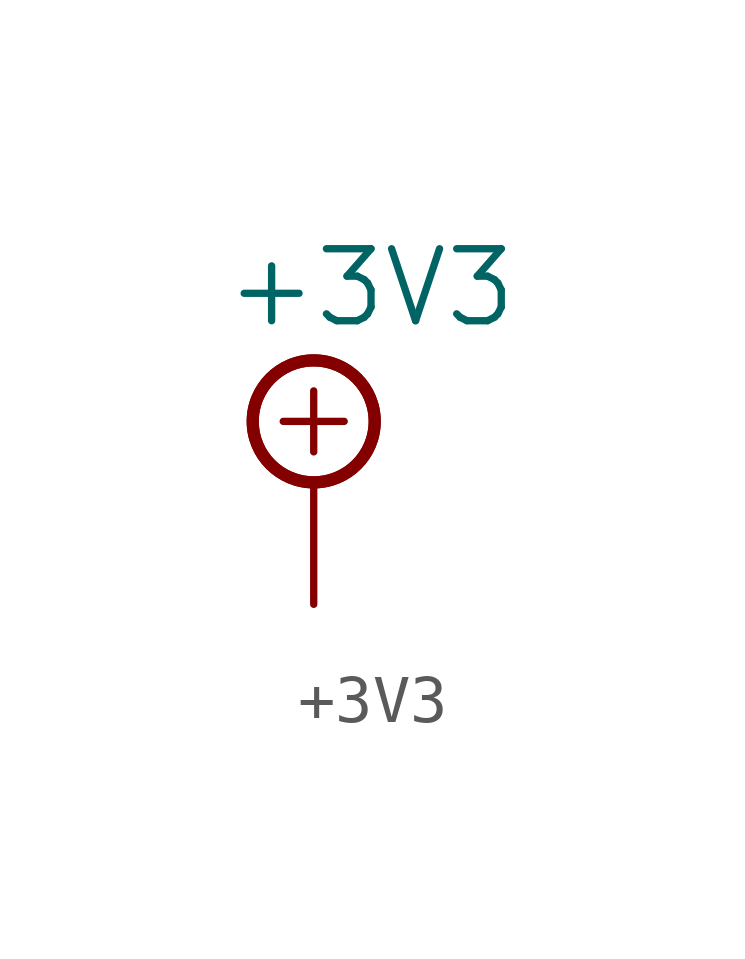
<source format=kicad_sym>
(kicad_symbol_lib
  (version 20211014)
  (generator kicad_symbol_editor)
  (symbol "+3V3"
    (power)
    (pin_names
      (offset 1.016))
    (property "Reference" "#SUPPLY"
      (at 0 0 0)
      (effects (font (size 1.27 1.27)) hide))
    (property "Value" "+3V3"
      (at -1.905 5.715 0)
      (effects (font (size 1.499 1.499)) (justify left bottom)))
    (property "ki_locked" ""
      (at 0 0 0)
      (effects (font (size 1.27 1.27))))
    (symbol "+3V3_1_0"
      (polyline (pts (xy -0.635 3.81) (xy 0.635 3.81)) (stroke (width 0) (type default) (color 0 0 0 0)) (fill (type none)))
      (polyline (pts (xy 0 3.175) (xy 0 4.445)) (stroke (width 0) (type default) (color 0 0 0 0)) (fill (type none)))
      (circle (center 0 3.81) (radius 1.27) (stroke (width 0.254) (type default) (color 0 0 0 0)) (fill (type none)))
      (circle (center 0 3.81) (radius 1.27) (stroke (width 0.254) (type default) (color 0 0 0 0)) (fill (type none)))
      (pin power_in line (at 0 0 90) (length 2.54) (name "+3V3" (effects (font (size 0 0)))) (number "1" (effects (font (size 0 0))))))))
</source>
